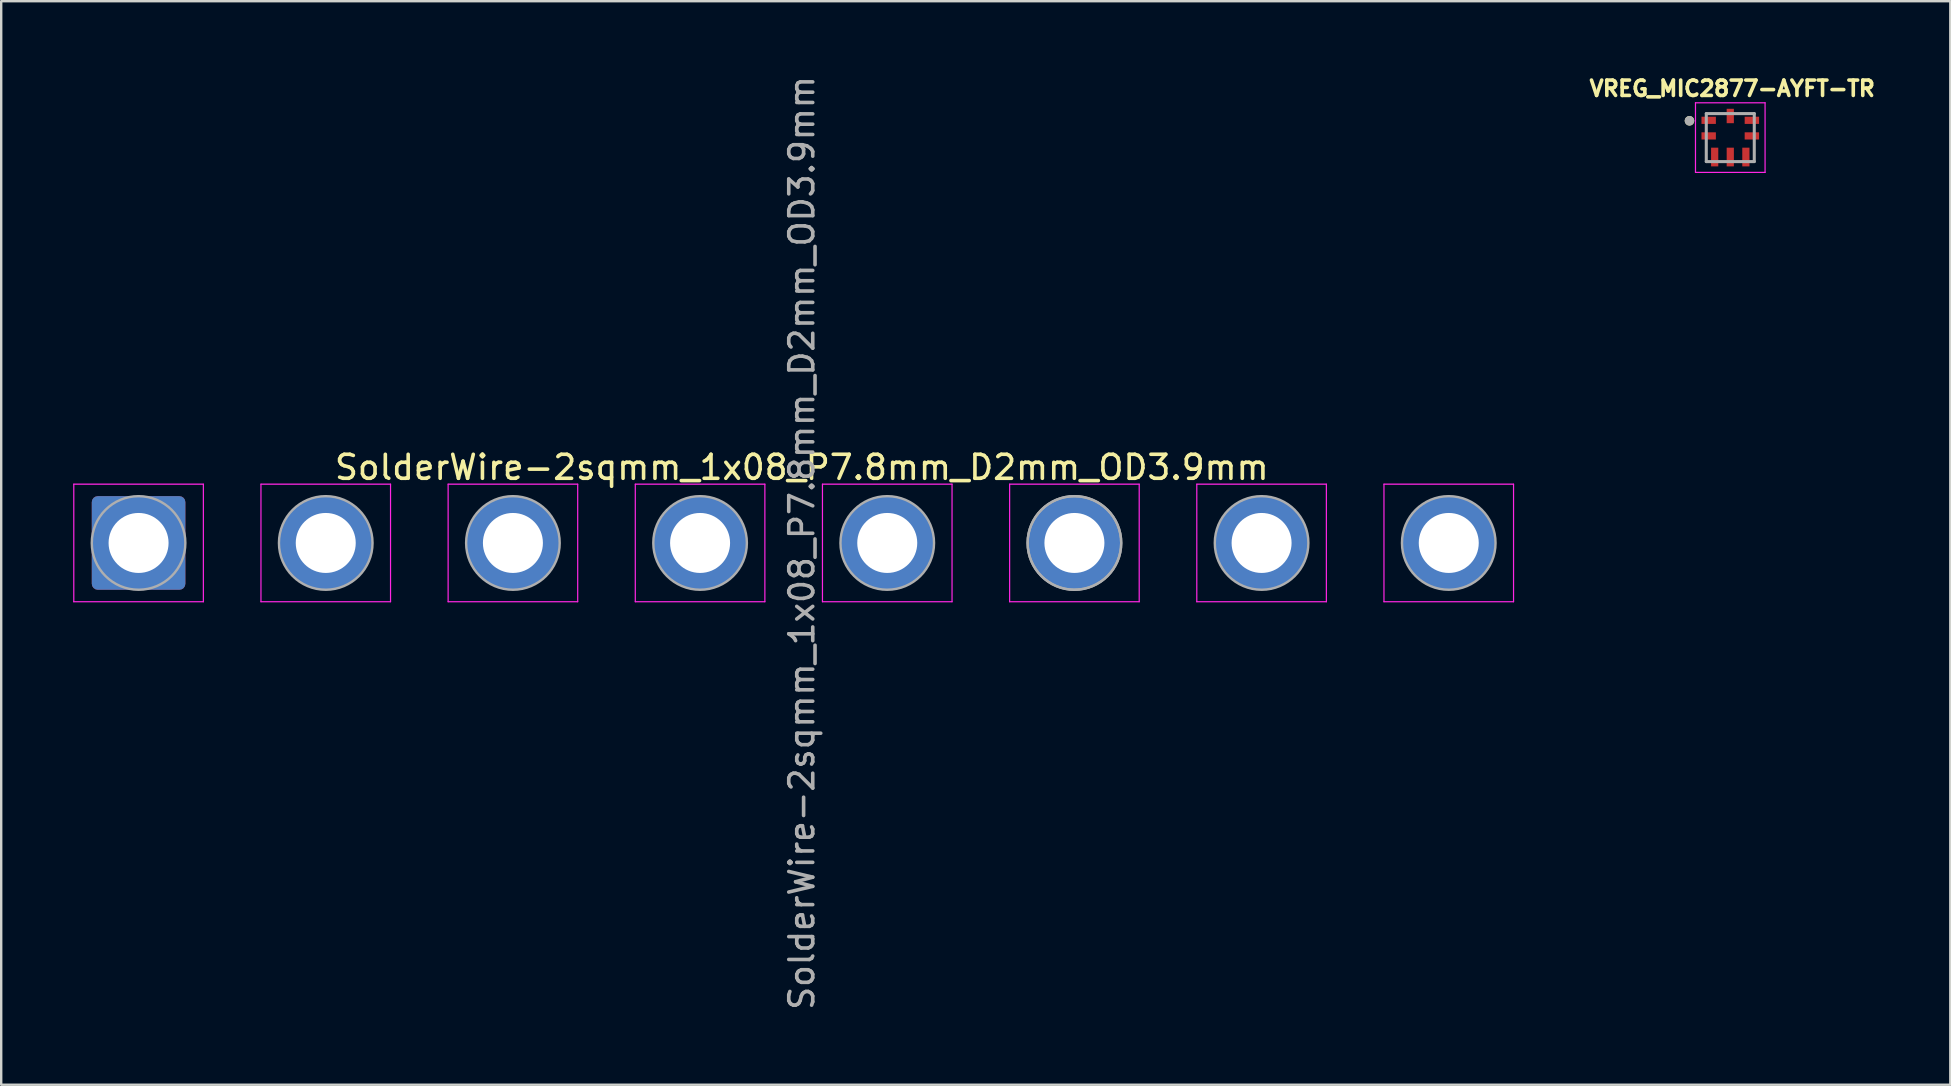
<source format=kicad_pcb>
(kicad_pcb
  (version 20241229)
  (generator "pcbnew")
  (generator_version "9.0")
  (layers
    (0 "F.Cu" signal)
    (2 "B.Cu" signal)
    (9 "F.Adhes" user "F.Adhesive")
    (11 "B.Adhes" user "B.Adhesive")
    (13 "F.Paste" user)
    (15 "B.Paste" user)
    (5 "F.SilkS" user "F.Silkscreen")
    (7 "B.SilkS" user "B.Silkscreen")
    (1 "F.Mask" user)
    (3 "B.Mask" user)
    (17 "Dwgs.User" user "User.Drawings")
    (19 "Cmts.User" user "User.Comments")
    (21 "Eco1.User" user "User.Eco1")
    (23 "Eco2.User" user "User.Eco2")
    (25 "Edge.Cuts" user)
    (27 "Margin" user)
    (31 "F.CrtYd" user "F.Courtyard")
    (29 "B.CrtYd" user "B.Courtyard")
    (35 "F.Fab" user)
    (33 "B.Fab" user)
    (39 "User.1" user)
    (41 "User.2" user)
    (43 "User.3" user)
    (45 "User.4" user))
  (footprint "SolderWire-2sqmm_1x08_P7.8mm_D2mm_OD3.9mm"
    (layer "F.Cu")
    (at 2.725 19.577)
    (property "Reference" "SolderWire-2sqmm_1x08_P7.8mm_D2mm_OD3.9mm" (at 27.64 -3.15 0) (layer "F.SilkS") (effects (font (size 1 1) (thickness 0.15))))
    (attr exclude_from_pos_files exclude_from_bom)
    (fp_line (start -2.7 -2.45) (end -2.7 2.45) (stroke (width 0.05) (type solid)) (layer "F.CrtYd"))
    (fp_line (start -2.7 2.45) (end 2.7 2.45) (stroke (width 0.05) (type solid)) (layer "F.CrtYd"))
    (fp_line (start 2.7 -2.45) (end -2.7 -2.45) (stroke (width 0.05) (type solid)) (layer "F.CrtYd"))
    (fp_line (start 2.7 2.45) (end 2.7 -2.45) (stroke (width 0.05) (type solid)) (layer "F.CrtYd"))
    (fp_line (start 5.1 -2.45) (end 5.1 2.45) (stroke (width 0.05) (type solid)) (layer "F.CrtYd"))
    (fp_line (start 5.1 2.45) (end 10.5 2.45) (stroke (width 0.05) (type solid)) (layer "F.CrtYd"))
    (fp_line (start 10.5 -2.45) (end 5.1 -2.45) (stroke (width 0.05) (type solid)) (layer "F.CrtYd"))
    (fp_line (start 10.5 2.45) (end 10.5 -2.45) (stroke (width 0.05) (type solid)) (layer "F.CrtYd"))
    (fp_line (start 12.9 -2.45) (end 12.9 2.45) (stroke (width 0.05) (type solid)) (layer "F.CrtYd"))
    (fp_line (start 12.9 2.45) (end 18.3 2.45) (stroke (width 0.05) (type solid)) (layer "F.CrtYd"))
    (fp_line (start 18.3 -2.45) (end 12.9 -2.45) (stroke (width 0.05) (type solid)) (layer "F.CrtYd"))
    (fp_line (start 18.3 2.45) (end 18.3 -2.45) (stroke (width 0.05) (type solid)) (layer "F.CrtYd"))
    (fp_line (start 20.7 -2.45) (end 20.7 2.45) (stroke (width 0.05) (type solid)) (layer "F.CrtYd"))
    (fp_line (start 20.7 2.45) (end 26.1 2.45) (stroke (width 0.05) (type solid)) (layer "F.CrtYd"))
    (fp_line (start 26.1 -2.45) (end 20.7 -2.45) (stroke (width 0.05) (type solid)) (layer "F.CrtYd"))
    (fp_line (start 26.1 2.45) (end 26.1 -2.45) (stroke (width 0.05) (type solid)) (layer "F.CrtYd"))
    (fp_line (start 28.5 -2.45) (end 28.5 2.45) (stroke (width 0.05) (type solid)) (layer "F.CrtYd"))
    (fp_line (start 28.5 2.45) (end 33.9 2.45) (stroke (width 0.05) (type solid)) (layer "F.CrtYd"))
    (fp_line (start 33.9 -2.45) (end 28.5 -2.45) (stroke (width 0.05) (type solid)) (layer "F.CrtYd"))
    (fp_line (start 33.9 2.45) (end 33.9 -2.45) (stroke (width 0.05) (type solid)) (layer "F.CrtYd"))
    (fp_line (start 36.3 -2.45) (end 36.3 2.45) (stroke (width 0.05) (type solid)) (layer "F.CrtYd"))
    (fp_line (start 36.3 2.45) (end 41.7 2.45) (stroke (width 0.05) (type solid)) (layer "F.CrtYd"))
    (fp_line (start 41.7 -2.45) (end 36.3 -2.45) (stroke (width 0.05) (type solid)) (layer "F.CrtYd"))
    (fp_line (start 41.7 2.45) (end 41.7 -2.45) (stroke (width 0.05) (type solid)) (layer "F.CrtYd"))
    (fp_line (start 44.1 -2.45) (end 44.1 2.45) (stroke (width 0.05) (type solid)) (layer "F.CrtYd"))
    (fp_line (start 44.1 2.45) (end 49.5 2.45) (stroke (width 0.05) (type solid)) (layer "F.CrtYd"))
    (fp_line (start 49.5 -2.45) (end 44.1 -2.45) (stroke (width 0.05) (type solid)) (layer "F.CrtYd"))
    (fp_line (start 49.5 2.45) (end 49.5 -2.45) (stroke (width 0.05) (type solid)) (layer "F.CrtYd"))
    (fp_line (start 51.9 -2.45) (end 51.9 2.45) (stroke (width 0.05) (type solid)) (layer "F.CrtYd"))
    (fp_line (start 51.9 2.45) (end 57.3 2.45) (stroke (width 0.05) (type solid)) (layer "F.CrtYd"))
    (fp_line (start 57.3 -2.45) (end 51.9 -2.45) (stroke (width 0.05) (type solid)) (layer "F.CrtYd"))
    (fp_line (start 57.3 2.45) (end 57.3 -2.45) (stroke (width 0.05) (type solid)) (layer "F.CrtYd"))
    (fp_circle (center 0 0) (end 1.95 0) (stroke (width 0.1) (type solid)) (fill no) (layer "F.Fab"))
    (fp_circle (center 7.8 0) (end 9.75 0) (stroke (width 0.1) (type solid)) (fill no) (layer "F.Fab"))
    (fp_circle (center 15.6 0) (end 17.55 0) (stroke (width 0.1) (type solid)) (fill no) (layer "F.Fab"))
    (fp_circle (center 23.4 0) (end 25.35 0) (stroke (width 0.1) (type solid)) (fill no) (layer "F.Fab"))
    (fp_circle (center 31.2 0) (end 33.15 0) (stroke (width 0.1) (type solid)) (fill no) (layer "F.Fab"))
    (fp_circle (center 39 0) (end 40.95 0) (stroke (width 0.1) (type solid)) (fill no) (layer "F.Fab"))
    (fp_circle (center 39 0) (end 40.95 0) (stroke (width 0.1) (type solid)) (fill no) (layer "F.Fab"))
    (fp_circle (center 46.8 0) (end 48.75 0) (stroke (width 0.1) (type solid)) (fill no) (layer "F.Fab"))
    (fp_circle (center 54.6 0) (end 56.55 0) (stroke (width 0.1) (type solid)) (fill no) (layer "F.Fab"))
    (fp_text user "${REFERENCE}" (at 27.64 0 90) (layer "F.Fab") (effects (font (size 1 1) (thickness 0.15))))
    (pad "1" thru_hole roundrect (at 0 0) (size 3.9 3.9) (drill 2.5) (layers "*.Cu" "*.Mask") (roundrect_rratio 0.064))
    (pad "2" thru_hole circle (at 7.8 0) (size 3.9 3.9) (drill 2.5) (layers "*.Cu" "*.Mask"))
    (pad "3" thru_hole circle (at 15.6 0) (size 3.9 3.9) (drill 2.5) (layers "*.Cu" "*.Mask"))
    (pad "4" thru_hole circle (at 23.4 0) (size 3.9 3.9) (drill 2.5) (layers "*.Cu" "*.Mask"))
    (pad "5" thru_hole circle (at 31.2 0) (size 3.9 3.9) (drill 2.5) (layers "*.Cu" "*.Mask"))
    (pad "6" thru_hole circle (at 39 0) (size 3.9 3.9) (drill 2.5) (layers "*.Cu" "*.Mask"))
    (pad "7" thru_hole circle (at 46.8 0) (size 3.9 3.9) (drill 2.5) (layers "*.Cu" "*.Mask"))
    (pad "8" thru_hole circle (at 54.6 0) (size 3.9 3.9) (drill 2.5) (layers "*.Cu" "*.Mask")))
  (footprint "VREG_MIC2877-AYFT-TR"
    (layer "F.Cu")
    (at 69.057 2.684)
    (property "Reference" "VREG_MIC2877-AYFT-TR" (at 0.082 -2.046 0) (layer "F.SilkS") (effects (font (size 0.64 0.64) (thickness 0.15))))
    (attr through_hole)
    (fp_circle (center -1.7 -0.7) (end -1.6 -0.7) (stroke (width 0.2) (type solid)) (fill no) (layer "F.SilkS"))
    (fp_poly (pts (xy -1.15 -0.87) (xy -0.6 -0.87) (xy -0.6 -0.57) (xy -1.15 -0.57)) (stroke (width 0.01) (type solid)) (fill yes) (layer "F.Paste"))
    (fp_poly (pts (xy -1.15 -0.22) (xy -0.6 -0.22) (xy -0.6 0.08) (xy -1.15 0.08)) (stroke (width 0.01) (type solid)) (fill yes) (layer "F.Paste"))
    (fp_poly (pts (xy -0.8 0.42) (xy -0.5 0.42) (xy -0.5 1.15) (xy -0.8 1.15)) (stroke (width 0.01) (type solid)) (fill yes) (layer "F.Paste"))
    (fp_poly (pts (xy -0.15 -1.15) (xy 0.15 -1.15) (xy 0.15 -0.6) (xy -0.15 -0.6)) (stroke (width 0.01) (type solid)) (fill yes) (layer "F.Paste"))
    (fp_poly (pts (xy -0.15 0.42) (xy 0.15 0.42) (xy 0.15 1.15) (xy -0.15 1.15)) (stroke (width 0.01) (type solid)) (fill yes) (layer "F.Paste"))
    (fp_poly (pts (xy 0.5 0.42) (xy 0.8 0.42) (xy 0.8 1.15) (xy 0.5 1.15)) (stroke (width 0.01) (type solid)) (fill yes) (layer "F.Paste"))
    (fp_poly (pts (xy 0.6 -0.87) (xy 1.15 -0.87) (xy 1.15 -0.57) (xy 0.6 -0.57)) (stroke (width 0.01) (type solid)) (fill yes) (layer "F.Paste"))
    (fp_poly (pts (xy 0.6 -0.22) (xy 1.15 -0.22) (xy 1.15 0.08) (xy 0.6 0.08)) (stroke (width 0.01) (type solid)) (fill yes) (layer "F.Paste"))
    (fp_line (start -1.45 -1.45) (end 1.45 -1.45) (stroke (width 0.05) (type solid)) (layer "F.CrtYd"))
    (fp_line (start -1.45 1.45) (end -1.45 -1.45) (stroke (width 0.05) (type solid)) (layer "F.CrtYd"))
    (fp_line (start 1.45 -1.45) (end 1.45 1.45) (stroke (width 0.05) (type solid)) (layer "F.CrtYd"))
    (fp_line (start 1.45 1.45) (end -1.45 1.45) (stroke (width 0.05) (type solid)) (layer "F.CrtYd"))
    (fp_line (start -1 -1) (end -1 1) (stroke (width 0.127) (type solid)) (layer "F.Fab"))
    (fp_line (start -1 1) (end 1 1) (stroke (width 0.127) (type solid)) (layer "F.Fab"))
    (fp_line (start 1 -1) (end -1 -1) (stroke (width 0.127) (type solid)) (layer "F.Fab"))
    (fp_line (start 1 1) (end 1 -1) (stroke (width 0.127) (type solid)) (layer "F.Fab"))
    (fp_circle (center -1.7 -0.7) (end -1.6 -0.7) (stroke (width 0.2) (type solid)) (fill no) (layer "F.Fab"))
    (pad "1" smd rect (at -0.9 -0.72 90) (size 0.3 0.6) (layers "F.Cu" "F.Mask"))
    (pad "2" smd rect (at -0.9 -0.07 90) (size 0.3 0.6) (layers "F.Cu" "F.Mask"))
    (pad "3" smd rect (at -0.65 0.81) (size 0.3 0.78) (layers "F.Cu" "F.Mask"))
    (pad "4" smd rect (at 0 0.81) (size 0.3 0.78) (layers "F.Cu" "F.Mask"))
    (pad "5" smd rect (at 0.65 0.81) (size 0.3 0.78) (layers "F.Cu" "F.Mask"))
    (pad "6" smd rect (at 0.9 -0.07 90) (size 0.3 0.6) (layers "F.Cu" "F.Mask"))
    (pad "7" smd rect (at 0.9 -0.72 90) (size 0.3 0.6) (layers "F.Cu" "F.Mask"))
    (pad "8" smd rect (at 0 -0.9) (size 0.3 0.6) (layers "F.Cu" "F.Mask")))
  (gr_rect
    (start -3 -3)
    (end 78.227 42.155)
    (stroke (width 0.1) (type default))
    (fill no)
    (layer "Edge.Cuts")))
</source>
